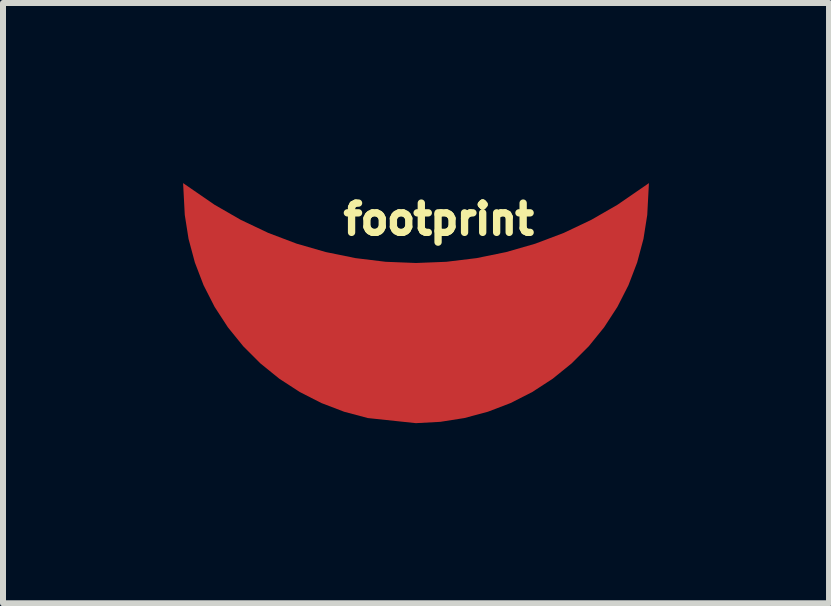
<source format=kicad_pcb>
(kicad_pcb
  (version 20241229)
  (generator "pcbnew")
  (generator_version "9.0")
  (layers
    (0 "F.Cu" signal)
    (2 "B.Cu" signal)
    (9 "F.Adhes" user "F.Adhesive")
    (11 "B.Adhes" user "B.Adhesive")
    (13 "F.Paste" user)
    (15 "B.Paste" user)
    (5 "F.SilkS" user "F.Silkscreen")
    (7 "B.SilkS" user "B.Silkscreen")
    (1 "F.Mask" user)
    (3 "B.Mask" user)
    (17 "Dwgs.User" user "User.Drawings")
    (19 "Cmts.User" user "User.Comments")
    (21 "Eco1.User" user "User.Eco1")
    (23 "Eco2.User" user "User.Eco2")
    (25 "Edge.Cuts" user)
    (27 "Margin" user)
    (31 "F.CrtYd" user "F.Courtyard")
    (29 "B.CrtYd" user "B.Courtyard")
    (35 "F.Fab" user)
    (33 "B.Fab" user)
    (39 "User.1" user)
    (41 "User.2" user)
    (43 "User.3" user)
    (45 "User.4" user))
  (footprint "footprint"
    (layer "F.Cu")
    (at 3.88 2.665)
    (property "Reference" "footprint" (at -1.27 -1.778 0) (layer "F.SilkS") (effects (font (size 0.488 0.488) (thickness 0.122)) (justify left bottom)))
    (fp_poly (pts (xy 3.852 -2.135) (xy 3.789 -1.735) (xy 3.684 -1.343) (xy 3.539 -0.964) (xy 3.355 -0.603) (xy 3.134 -0.263) (xy 2.879 0.052) (xy 2.592 0.339) (xy 2.277 0.594) (xy 1.937 0.815) (xy 1.576 0.999) (xy 1.197 1.144) (xy 0.805 1.249) (xy 0.405 1.312) (xy -0.002 1.334) (xy -0.804 1.249) (xy -1.197 1.144) (xy -1.576 0.999) (xy -1.937 0.815) (xy -2.277 0.594) (xy -2.592 0.339) (xy -2.879 0.052) (xy -3.134 -0.263) (xy -3.355 -0.603) (xy -3.539 -0.964) (xy -3.684 -1.343) (xy -3.789 -1.735) (xy -3.852 -2.135) (xy -3.88 -2.665) (xy -3.356 -2.304) (xy -2.918 -2.052) (xy -2.461 -1.835) (xy -1.988 -1.656) (xy -1.502 -1.516) (xy -1.007 -1.415) (xy -0.505 -1.354) (xy 0 -1.334) (xy 0.505 -1.354) (xy 1.007 -1.415) (xy 1.502 -1.516) (xy 1.988 -1.656) (xy 2.461 -1.835) (xy 2.918 -2.052) (xy 3.356 -2.304) (xy 3.88 -2.665)) (stroke (width 0) (type solid)) (fill yes) (layer "F.Cu"))
    (fp_poly (pts (xy 3.852 -2.135) (xy 3.789 -1.735) (xy 3.684 -1.343) (xy 3.539 -0.964) (xy 3.355 -0.603) (xy 3.134 -0.263) (xy 2.879 0.052) (xy 2.592 0.339) (xy 2.277 0.594) (xy 1.937 0.815) (xy 1.576 0.999) (xy 1.197 1.144) (xy 0.805 1.249) (xy 0.405 1.312) (xy -0.002 1.334) (xy -0.804 1.249) (xy -1.197 1.144) (xy -1.576 0.999) (xy -1.937 0.815) (xy -2.277 0.594) (xy -2.592 0.339) (xy -2.879 0.052) (xy -3.134 -0.263) (xy -3.355 -0.603) (xy -3.539 -0.964) (xy -3.684 -1.343) (xy -3.789 -1.735) (xy -3.852 -2.135) (xy -3.88 -2.665) (xy -3.356 -2.304) (xy -2.918 -2.052) (xy -2.461 -1.835) (xy -1.988 -1.656) (xy -1.502 -1.516) (xy -1.007 -1.415) (xy -0.505 -1.354) (xy 0 -1.334) (xy 0.505 -1.354) (xy 1.007 -1.415) (xy 1.502 -1.516) (xy 1.988 -1.656) (xy 2.461 -1.835) (xy 2.918 -2.052) (xy 3.356 -2.304) (xy 3.88 -2.665)) (stroke (width 0) (type solid)) (fill yes) (layer "F.Mask")))
  (gr_rect
    (start -3 -3)
    (end 10.76 6.999)
    (stroke (width 0.1) (type default))
    (fill no)
    (layer "Edge.Cuts")))
</source>
